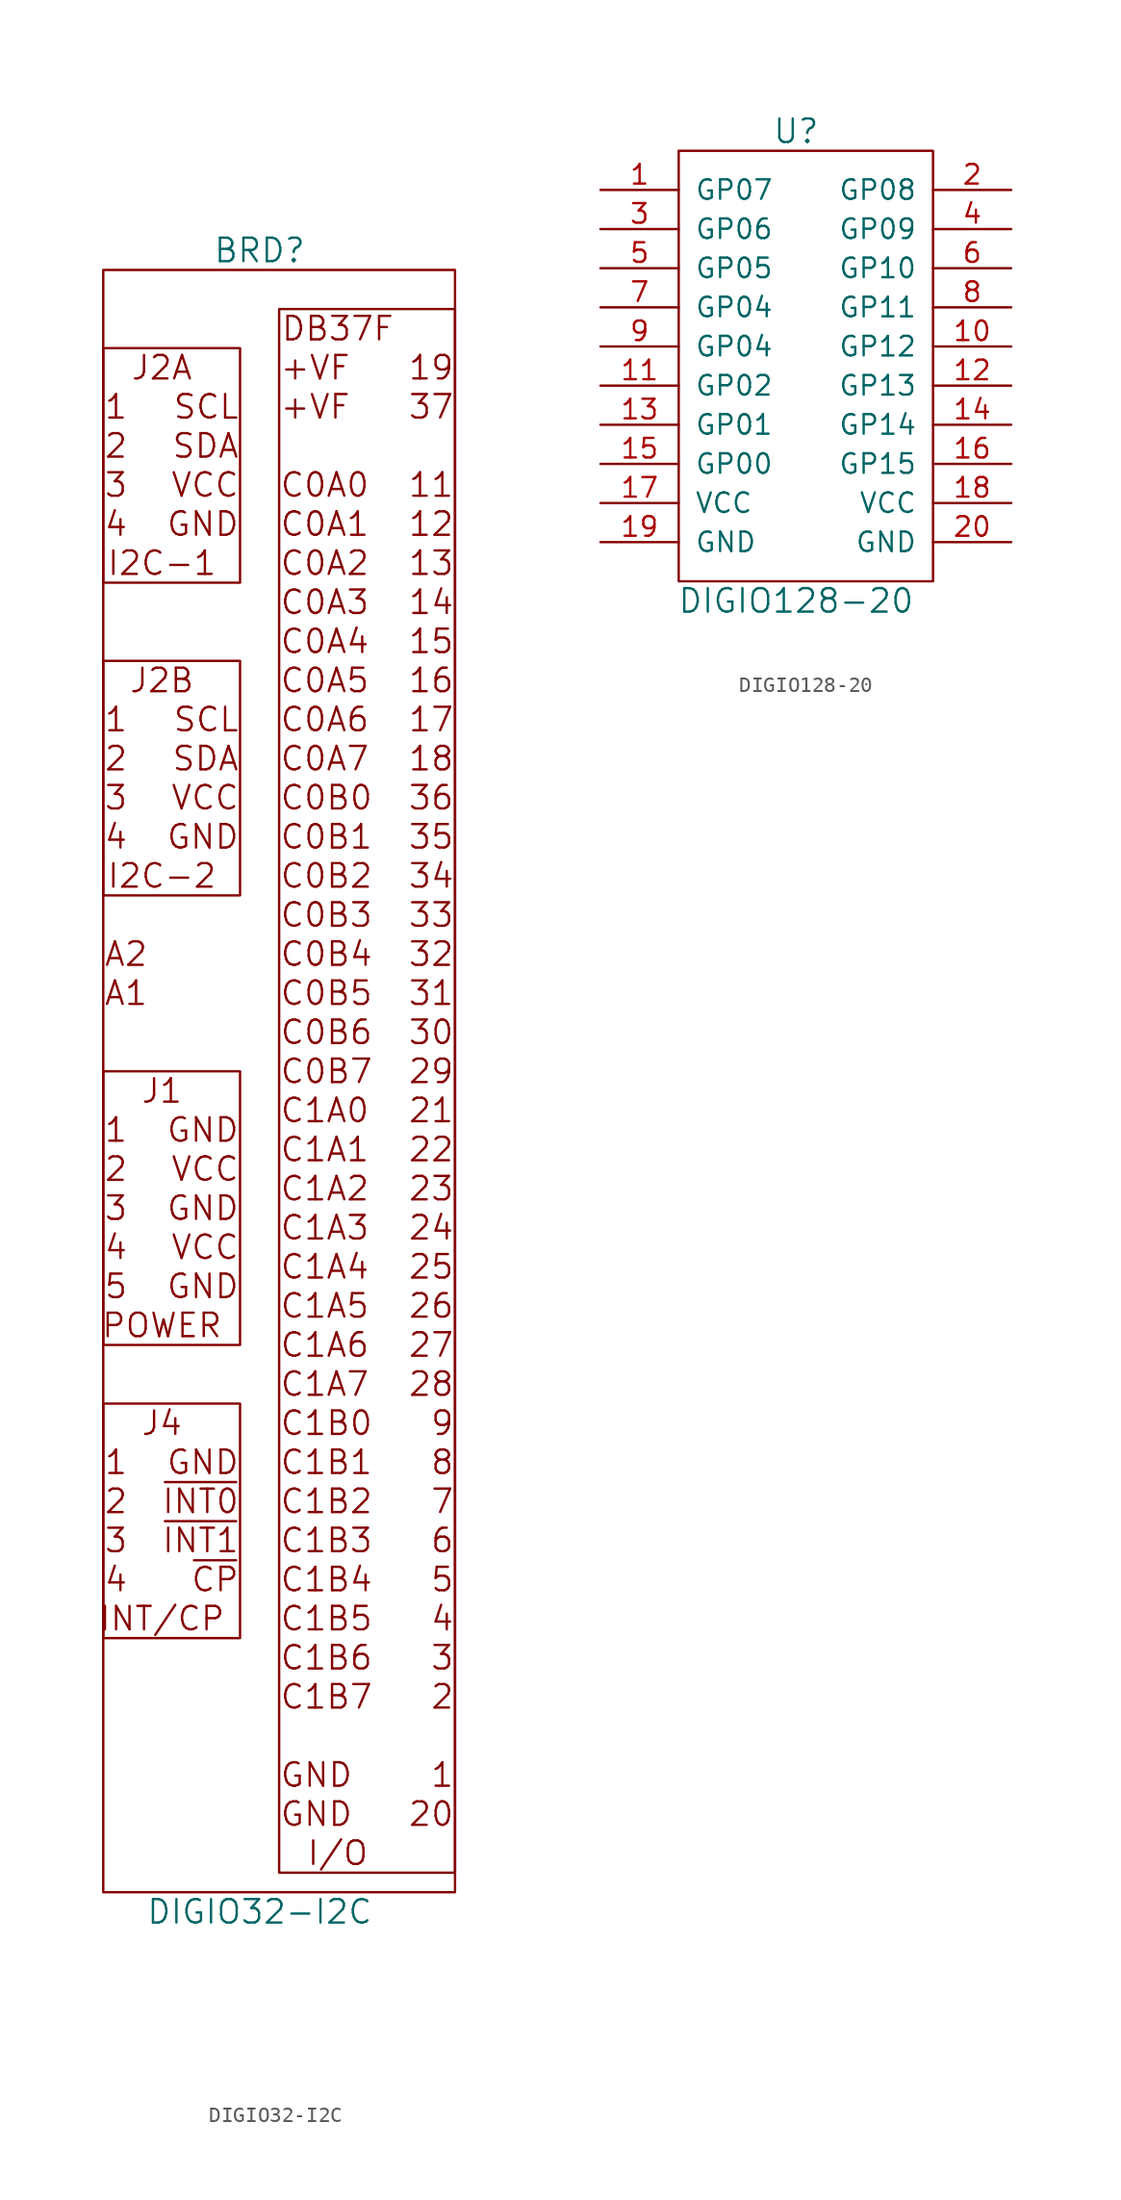
<source format=kicad_sym>
(kicad_symbol_lib
  (version 20220914)
  (generator kicad_symbol_editor)
  (symbol "DIGIO32-I2C"
    (pin_names
      (offset 1.016))
    (property "Reference" "BRD"
      (at 0 54.61 0)
      (effects (font (size 1.524 1.524))))
    (property "Value" "DIGIO32-I2C"
      (at 0 -53.34 0)
      (effects (font (size 1.524 1.524))))
    (property "Footprint" ""
      (at 2.54 -3.81 0)
      (effects (font (size 1.524 1.524))))
    (property "Datasheet" ""
      (at 2.54 -3.81 0)
      (effects (font (size 1.524 1.524))))
    (symbol "DIGIO32-I2C_0_0"
      (rectangle (start -10.16 1.27) (end -1.27 -16.51) (stroke (width 0) (type default)) (fill (type none)))
      (text "+VF" (at 1.27 44.45 0) (effects (font (size 1.524 1.524)) (justify left)))
      (text "+VF" (at 1.27 46.99 0) (effects (font (size 1.524 1.524)) (justify left)))
      (text "1" (at -10.16 -24.13 0) (effects (font (size 1.524 1.524)) (justify left)))
      (text "1" (at -10.16 -2.54 0) (effects (font (size 1.524 1.524)) (justify left)))
      (text "1" (at -10.16 24.13 0) (effects (font (size 1.524 1.524)) (justify left)))
      (text "1" (at -10.16 44.45 0) (effects (font (size 1.524 1.524)) (justify left)))
      (text "1" (at 12.7 -44.45 0) (effects (font (size 1.524 1.524)) (justify right)))
      (text "11" (at 12.7 39.37 0) (effects (font (size 1.524 1.524)) (justify right)))
      (text "12" (at 12.7 36.83 0) (effects (font (size 1.524 1.524)) (justify right)))
      (text "13" (at 12.7 34.29 0) (effects (font (size 1.524 1.524)) (justify right)))
      (text "14" (at 12.7 31.75 0) (effects (font (size 1.524 1.524)) (justify right)))
      (text "15" (at 12.7 29.21 0) (effects (font (size 1.524 1.524)) (justify right)))
      (text "16" (at 12.7 26.67 0) (effects (font (size 1.524 1.524)) (justify right)))
      (text "17" (at 12.7 24.13 0) (effects (font (size 1.524 1.524)) (justify right)))
      (text "18" (at 12.7 21.59 0) (effects (font (size 1.524 1.524)) (justify right)))
      (text "19" (at 12.7 46.99 0) (effects (font (size 1.524 1.524)) (justify right)))
      (text "2" (at -10.16 -26.67 0) (effects (font (size 1.524 1.524)) (justify left)))
      (text "2" (at -10.16 -5.08 0) (effects (font (size 1.524 1.524)) (justify left)))
      (text "2" (at -10.16 21.59 0) (effects (font (size 1.524 1.524)) (justify left)))
      (text "2" (at -10.16 41.91 0) (effects (font (size 1.524 1.524)) (justify left)))
      (text "2" (at 12.7 -39.37 0) (effects (font (size 1.524 1.524)) (justify right)))
      (text "20" (at 12.7 -46.99 0) (effects (font (size 1.524 1.524)) (justify right)))
      (text "21" (at 12.7 -1.27 0) (effects (font (size 1.524 1.524)) (justify right)))
      (text "22" (at 12.7 -3.81 0) (effects (font (size 1.524 1.524)) (justify right)))
      (text "23" (at 12.7 -6.35 0) (effects (font (size 1.524 1.524)) (justify right)))
      (text "24" (at 12.7 -8.89 0) (effects (font (size 1.524 1.524)) (justify right)))
      (text "25" (at 12.7 -11.43 0) (effects (font (size 1.524 1.524)) (justify right)))
      (text "26" (at 12.7 -13.97 0) (effects (font (size 1.524 1.524)) (justify right)))
      (text "27" (at 12.7 -16.51 0) (effects (font (size 1.524 1.524)) (justify right)))
      (text "28" (at 12.7 -19.05 0) (effects (font (size 1.524 1.524)) (justify right)))
      (text "29" (at 12.7 1.27 0) (effects (font (size 1.524 1.524)) (justify right)))
      (text "3" (at -10.16 -29.21 0) (effects (font (size 1.524 1.524)) (justify left)))
      (text "3" (at -10.16 -7.62 0) (effects (font (size 1.524 1.524)) (justify left)))
      (text "3" (at -10.16 19.05 0) (effects (font (size 1.524 1.524)) (justify left)))
      (text "3" (at -10.16 39.37 0) (effects (font (size 1.524 1.524)) (justify left)))
      (text "3" (at 12.7 -36.83 0) (effects (font (size 1.524 1.524)) (justify right)))
      (text "30" (at 12.7 3.81 0) (effects (font (size 1.524 1.524)) (justify right)))
      (text "31" (at 12.7 6.35 0) (effects (font (size 1.524 1.524)) (justify right)))
      (text "32" (at 12.7 8.89 0) (effects (font (size 1.524 1.524)) (justify right)))
      (text "33" (at 12.7 11.43 0) (effects (font (size 1.524 1.524)) (justify right)))
      (text "34" (at 12.7 13.97 0) (effects (font (size 1.524 1.524)) (justify right)))
      (text "35" (at 12.7 16.51 0) (effects (font (size 1.524 1.524)) (justify right)))
      (text "36" (at 12.7 19.05 0) (effects (font (size 1.524 1.524)) (justify right)))
      (text "37" (at 12.7 44.45 0) (effects (font (size 1.524 1.524)) (justify right)))
      (text "4" (at -10.16 -31.75 0) (effects (font (size 1.524 1.524)) (justify left)))
      (text "4" (at -10.16 -10.16 0) (effects (font (size 1.524 1.524)) (justify left)))
      (text "4" (at -10.16 16.51 0) (effects (font (size 1.524 1.524)) (justify left)))
      (text "4" (at -10.16 36.83 0) (effects (font (size 1.524 1.524)) (justify left)))
      (text "4" (at 12.7 -34.29 0) (effects (font (size 1.524 1.524)) (justify right)))
      (text "5" (at -10.16 -12.7 0) (effects (font (size 1.524 1.524)) (justify left)))
      (text "5" (at 12.7 -31.75 0) (effects (font (size 1.524 1.524)) (justify right)))
      (text "6" (at 12.7 -29.21 0) (effects (font (size 1.524 1.524)) (justify right)))
      (text "7" (at 12.7 -26.67 0) (effects (font (size 1.524 1.524)) (justify right)))
      (text "8" (at 12.7 -24.13 0) (effects (font (size 1.524 1.524)) (justify right)))
      (text "9" (at 12.7 -21.59 0) (effects (font (size 1.524 1.524)) (justify right)))
      (text "A1" (at -10.16 6.35 0) (effects (font (size 1.524 1.524)) (justify left)))
      (text "A2" (at -10.16 8.89 0) (effects (font (size 1.524 1.524)) (justify left)))
      (text "C0A0" (at 1.27 39.37 0) (effects (font (size 1.524 1.524)) (justify left)))
      (text "C0A1" (at 1.27 36.83 0) (effects (font (size 1.524 1.524)) (justify left)))
      (text "C0A2" (at 1.27 34.29 0) (effects (font (size 1.524 1.524)) (justify left)))
      (text "C0A3" (at 1.27 31.75 0) (effects (font (size 1.524 1.524)) (justify left)))
      (text "C0A4" (at 1.27 29.21 0) (effects (font (size 1.524 1.524)) (justify left)))
      (text "C0A5" (at 1.27 26.67 0) (effects (font (size 1.524 1.524)) (justify left)))
      (text "C0A6" (at 1.27 24.13 0) (effects (font (size 1.524 1.524)) (justify left)))
      (text "C0A7" (at 1.27 21.59 0) (effects (font (size 1.524 1.524)) (justify left)))
      (text "C0B0" (at 1.27 19.05 0) (effects (font (size 1.524 1.524)) (justify left)))
      (text "C0B1" (at 1.27 16.51 0) (effects (font (size 1.524 1.524)) (justify left)))
      (text "C0B2" (at 1.27 13.97 0) (effects (font (size 1.524 1.524)) (justify left)))
      (text "C0B3" (at 1.27 11.43 0) (effects (font (size 1.524 1.524)) (justify left)))
      (text "C0B4" (at 1.27 8.89 0) (effects (font (size 1.524 1.524)) (justify left)))
      (text "C0B5" (at 1.27 6.35 0) (effects (font (size 1.524 1.524)) (justify left)))
      (text "C0B6" (at 1.27 3.81 0) (effects (font (size 1.524 1.524)) (justify left)))
      (text "C0B7" (at 1.27 1.27 0) (effects (font (size 1.524 1.524)) (justify left)))
      (text "C1A0" (at 1.27 -1.27 0) (effects (font (size 1.524 1.524)) (justify left)))
      (text "C1A1" (at 1.27 -3.81 0) (effects (font (size 1.524 1.524)) (justify left)))
      (text "C1A2" (at 1.27 -6.35 0) (effects (font (size 1.524 1.524)) (justify left)))
      (text "C1A3" (at 1.27 -8.89 0) (effects (font (size 1.524 1.524)) (justify left)))
      (text "C1A4" (at 1.27 -11.43 0) (effects (font (size 1.524 1.524)) (justify left)))
      (text "C1A5" (at 1.27 -13.97 0) (effects (font (size 1.524 1.524)) (justify left)))
      (text "C1A6" (at 1.27 -16.51 0) (effects (font (size 1.524 1.524)) (justify left)))
      (text "C1A7" (at 1.27 -19.05 0) (effects (font (size 1.524 1.524)) (justify left)))
      (text "C1B0" (at 1.27 -21.59 0) (effects (font (size 1.524 1.524)) (justify left)))
      (text "C1B1" (at 1.27 -24.13 0) (effects (font (size 1.524 1.524)) (justify left)))
      (text "C1B2" (at 1.27 -26.67 0) (effects (font (size 1.524 1.524)) (justify left)))
      (text "C1B3" (at 1.27 -29.21 0) (effects (font (size 1.524 1.524)) (justify left)))
      (text "C1B4" (at 1.27 -31.75 0) (effects (font (size 1.524 1.524)) (justify left)))
      (text "C1B5" (at 1.27 -34.29 0) (effects (font (size 1.524 1.524)) (justify left)))
      (text "C1B6" (at 1.27 -36.83 0) (effects (font (size 1.524 1.524)) (justify left)))
      (text "C1B7" (at 1.27 -39.37 0) (effects (font (size 1.524 1.524)) (justify left)))
      (text "DB37F" (at 5.08 49.53 0) (effects (font (size 1.524 1.524))))
      (text "GND" (at -1.27 -24.13 0) (effects (font (size 1.524 1.524)) (justify right)))
      (text "GND" (at -1.27 -12.7 0) (effects (font (size 1.524 1.524)) (justify right)))
      (text "GND" (at -1.27 -7.62 0) (effects (font (size 1.524 1.524)) (justify right)))
      (text "GND" (at -1.27 -2.54 0) (effects (font (size 1.524 1.524)) (justify right)))
      (text "GND" (at -1.27 16.51 0) (effects (font (size 1.524 1.524)) (justify right)))
      (text "GND" (at -1.27 36.83 0) (effects (font (size 1.524 1.524)) (justify right)))
      (text "GND" (at 1.27 -46.99 0) (effects (font (size 1.524 1.524)) (justify left)))
      (text "GND" (at 1.27 -44.45 0) (effects (font (size 1.524 1.524)) (justify left)))
      (text "I/O" (at 5.08 -49.53 0) (effects (font (size 1.524 1.524))))
      (text "I2C-1" (at -6.35 34.29 0) (effects (font (size 1.524 1.524))))
      (text "I2C-2" (at -6.35 13.97 0) (effects (font (size 1.524 1.524))))
      (text "INT/CP" (at -6.35 -34.29 0) (effects (font (size 1.524 1.524))))
      (text "J1" (at -6.35 0 0) (effects (font (size 1.524 1.524))))
      (text "J2A" (at -6.35 46.99 0) (effects (font (size 1.524 1.524))))
      (text "J2B" (at -6.35 26.67 0) (effects (font (size 1.524 1.524))))
      (text "J4" (at -6.35 -21.59 0) (effects (font (size 1.524 1.524))))
      (text "POWER" (at -6.35 -15.24 0) (effects (font (size 1.524 1.524))))
      (text "SCL" (at -1.27 24.13 0) (effects (font (size 1.524 1.524)) (justify right)))
      (text "SCL" (at -1.27 44.45 0) (effects (font (size 1.524 1.524)) (justify right)))
      (text "SDA" (at -1.27 21.59 0) (effects (font (size 1.524 1.524)) (justify right)))
      (text "SDA" (at -1.27 41.91 0) (effects (font (size 1.524 1.524)) (justify right)))
      (text "VCC" (at -1.27 -10.16 0) (effects (font (size 1.524 1.524)) (justify right)))
      (text "VCC" (at -1.27 -5.08 0) (effects (font (size 1.524 1.524)) (justify right)))
      (text "VCC" (at -1.27 19.05 0) (effects (font (size 1.524 1.524)) (justify right)))
      (text "VCC" (at -1.27 39.37 0) (effects (font (size 1.524 1.524)) (justify right)))
      (text "~{CP}" (at -1.27 -31.75 0) (effects (font (size 1.524 1.524)) (justify right)))
      (text "~{INT0}" (at -1.27 -26.67 0) (effects (font (size 1.524 1.524)) (justify right)))
      (text "~{INT1}" (at -1.27 -29.21 0) (effects (font (size 1.524 1.524)) (justify right))))
    (symbol "DIGIO32-I2C_0_1"
      (rectangle (start -10.16 -52.07) (end 12.7 53.34) (stroke (width 0) (type default)) (fill (type none)))
      (rectangle (start -10.16 -35.56) (end -1.27 -20.32) (stroke (width 0) (type default)) (fill (type none)))
      (rectangle (start -10.16 12.7) (end -1.27 27.94) (stroke (width 0) (type default)) (fill (type none)))
      (rectangle (start -10.16 33.02) (end -1.27 48.26) (stroke (width 0) (type default)) (fill (type none)))
      (rectangle (start 12.7 50.8) (end 1.27 -50.8) (stroke (width 0) (type default)) (fill (type none)))))
  (symbol "DIGIO128-20"
    (pin_names
      (offset 1.016))
    (property "Reference" "U"
      (at 0 15.24 0)
      (effects (font (size 1.524 1.524))))
    (property "Value" "DIGIO128-20"
      (at 0 -15.24 0)
      (effects (font (size 1.524 1.524))))
    (property "Footprint" ""
      (at 0 -2.54 0)
      (effects (font (size 1.524 1.524))))
    (property "Datasheet" ""
      (at 0 -2.54 0)
      (effects (font (size 1.524 1.524))))
    (symbol "DIGIO128-20_0_1"
      (rectangle (start -7.62 13.97) (end 8.89 -13.97) (stroke (width 0) (type default)) (fill (type none))))
    (symbol "DIGIO128-20_1_1"
      (pin input line (at -12.7 11.43 0) (length 5.08) (name "GP07" (effects (font (size 1.27 1.27)))) (number "1" (effects (font (size 1.27 1.27)))))
      (pin input line (at 13.97 1.27 180) (length 5.08) (name "GP12" (effects (font (size 1.27 1.27)))) (number "10" (effects (font (size 1.27 1.27)))))
      (pin input line (at -12.7 -1.27 0) (length 5.08) (name "GP02" (effects (font (size 1.27 1.27)))) (number "11" (effects (font (size 1.27 1.27)))))
      (pin input line (at 13.97 -1.27 180) (length 5.08) (name "GP13" (effects (font (size 1.27 1.27)))) (number "12" (effects (font (size 1.27 1.27)))))
      (pin input line (at -12.7 -3.81 0) (length 5.08) (name "GP01" (effects (font (size 1.27 1.27)))) (number "13" (effects (font (size 1.27 1.27)))))
      (pin input line (at 13.97 -3.81 180) (length 5.08) (name "GP14" (effects (font (size 1.27 1.27)))) (number "14" (effects (font (size 1.27 1.27)))))
      (pin input line (at -12.7 -6.35 0) (length 5.08) (name "GP00" (effects (font (size 1.27 1.27)))) (number "15" (effects (font (size 1.27 1.27)))))
      (pin input line (at 13.97 -6.35 180) (length 5.08) (name "GP15" (effects (font (size 1.27 1.27)))) (number "16" (effects (font (size 1.27 1.27)))))
      (pin input line (at -12.7 -8.89 0) (length 5.08) (name "VCC" (effects (font (size 1.27 1.27)))) (number "17" (effects (font (size 1.27 1.27)))))
      (pin input line (at 13.97 -8.89 180) (length 5.08) (name "VCC" (effects (font (size 1.27 1.27)))) (number "18" (effects (font (size 1.27 1.27)))))
      (pin input line (at -12.7 -11.43 0) (length 5.08) (name "GND" (effects (font (size 1.27 1.27)))) (number "19" (effects (font (size 1.27 1.27)))))
      (pin input line (at 13.97 11.43 180) (length 5.08) (name "GP08" (effects (font (size 1.27 1.27)))) (number "2" (effects (font (size 1.27 1.27)))))
      (pin input line (at 13.97 -11.43 180) (length 5.08) (name "GND" (effects (font (size 1.27 1.27)))) (number "20" (effects (font (size 1.27 1.27)))))
      (pin input line (at -12.7 8.89 0) (length 5.08) (name "GP06" (effects (font (size 1.27 1.27)))) (number "3" (effects (font (size 1.27 1.27)))))
      (pin input line (at 13.97 8.89 180) (length 5.08) (name "GP09" (effects (font (size 1.27 1.27)))) (number "4" (effects (font (size 1.27 1.27)))))
      (pin input line (at -12.7 6.35 0) (length 5.08) (name "GP05" (effects (font (size 1.27 1.27)))) (number "5" (effects (font (size 1.27 1.27)))))
      (pin input line (at 13.97 6.35 180) (length 5.08) (name "GP10" (effects (font (size 1.27 1.27)))) (number "6" (effects (font (size 1.27 1.27)))))
      (pin input line (at -12.7 3.81 0) (length 5.08) (name "GP04" (effects (font (size 1.27 1.27)))) (number "7" (effects (font (size 1.27 1.27)))))
      (pin input line (at 13.97 3.81 180) (length 5.08) (name "GP11" (effects (font (size 1.27 1.27)))) (number "8" (effects (font (size 1.27 1.27)))))
      (pin input line (at -12.7 1.27 0) (length 5.08) (name "GP04" (effects (font (size 1.27 1.27)))) (number "9" (effects (font (size 1.27 1.27))))))))
</source>
